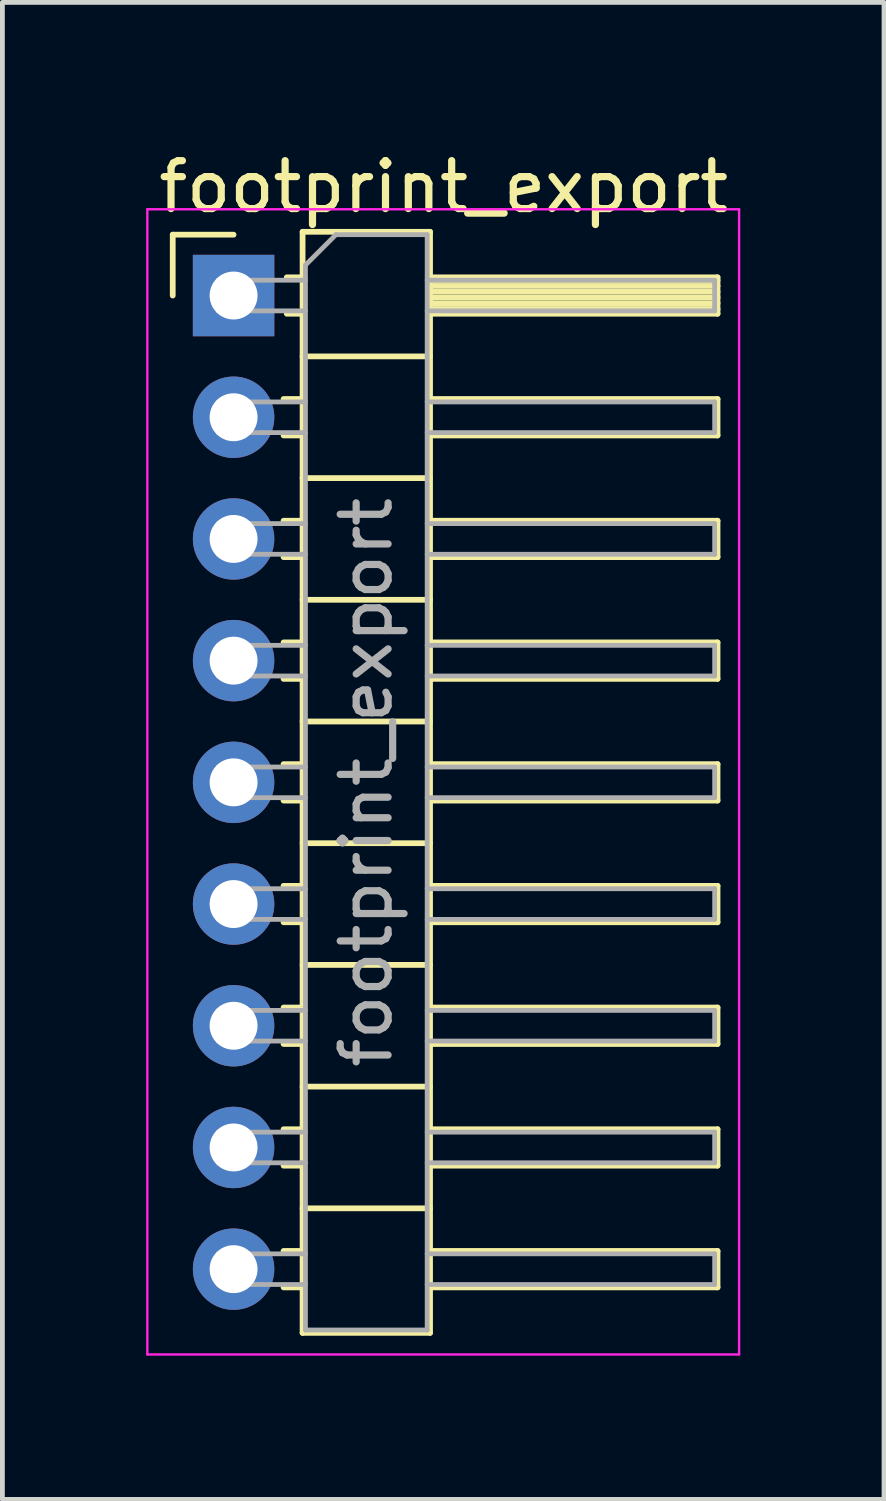
<source format=kicad_pcb>
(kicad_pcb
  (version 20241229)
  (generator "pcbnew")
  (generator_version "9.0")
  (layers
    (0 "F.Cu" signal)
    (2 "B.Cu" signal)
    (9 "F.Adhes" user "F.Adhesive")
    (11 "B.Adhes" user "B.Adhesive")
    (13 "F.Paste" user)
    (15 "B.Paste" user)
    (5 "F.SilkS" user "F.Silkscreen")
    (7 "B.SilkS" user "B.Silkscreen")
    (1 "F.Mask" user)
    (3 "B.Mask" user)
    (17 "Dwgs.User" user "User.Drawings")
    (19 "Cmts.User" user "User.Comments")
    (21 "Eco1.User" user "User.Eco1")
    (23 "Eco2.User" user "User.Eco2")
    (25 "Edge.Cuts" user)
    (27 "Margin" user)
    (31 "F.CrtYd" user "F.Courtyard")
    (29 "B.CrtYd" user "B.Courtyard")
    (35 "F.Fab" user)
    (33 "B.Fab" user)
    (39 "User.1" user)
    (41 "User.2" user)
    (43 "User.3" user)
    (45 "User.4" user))
  (footprint "footprint_export"
    (layer "F.Cu")
    (at 1.825 3.118)
    (property "Reference" "footprint_export" (at 4.385 -2.27 0) (layer "F.SilkS") (effects (font (size 1 1) (thickness 0.15))))
    (attr through_hole)
    (fp_line (start -1.27 -1.27) (end 0 -1.27) (stroke (width 0.12) (type solid)) (layer "F.SilkS"))
    (fp_line (start -1.27 0) (end -1.27 -1.27) (stroke (width 0.12) (type solid)) (layer "F.SilkS"))
    (fp_line (start 1.043 2.16) (end 1.44 2.16) (stroke (width 0.12) (type solid)) (layer "F.SilkS"))
    (fp_line (start 1.043 2.92) (end 1.44 2.92) (stroke (width 0.12) (type solid)) (layer "F.SilkS"))
    (fp_line (start 1.043 4.7) (end 1.44 4.7) (stroke (width 0.12) (type solid)) (layer "F.SilkS"))
    (fp_line (start 1.043 5.46) (end 1.44 5.46) (stroke (width 0.12) (type solid)) (layer "F.SilkS"))
    (fp_line (start 1.043 7.24) (end 1.44 7.24) (stroke (width 0.12) (type solid)) (layer "F.SilkS"))
    (fp_line (start 1.043 8) (end 1.44 8) (stroke (width 0.12) (type solid)) (layer "F.SilkS"))
    (fp_line (start 1.043 9.78) (end 1.44 9.78) (stroke (width 0.12) (type solid)) (layer "F.SilkS"))
    (fp_line (start 1.043 10.54) (end 1.44 10.54) (stroke (width 0.12) (type solid)) (layer "F.SilkS"))
    (fp_line (start 1.043 12.32) (end 1.44 12.32) (stroke (width 0.12) (type solid)) (layer "F.SilkS"))
    (fp_line (start 1.043 13.08) (end 1.44 13.08) (stroke (width 0.12) (type solid)) (layer "F.SilkS"))
    (fp_line (start 1.043 14.86) (end 1.44 14.86) (stroke (width 0.12) (type solid)) (layer "F.SilkS"))
    (fp_line (start 1.043 15.62) (end 1.44 15.62) (stroke (width 0.12) (type solid)) (layer "F.SilkS"))
    (fp_line (start 1.043 17.4) (end 1.44 17.4) (stroke (width 0.12) (type solid)) (layer "F.SilkS"))
    (fp_line (start 1.043 18.16) (end 1.44 18.16) (stroke (width 0.12) (type solid)) (layer "F.SilkS"))
    (fp_line (start 1.043 19.94) (end 1.44 19.94) (stroke (width 0.12) (type solid)) (layer "F.SilkS"))
    (fp_line (start 1.043 20.7) (end 1.44 20.7) (stroke (width 0.12) (type solid)) (layer "F.SilkS"))
    (fp_line (start 1.11 -0.38) (end 1.44 -0.38) (stroke (width 0.12) (type solid)) (layer "F.SilkS"))
    (fp_line (start 1.11 0.38) (end 1.44 0.38) (stroke (width 0.12) (type solid)) (layer "F.SilkS"))
    (fp_line (start 1.44 -1.33) (end 1.44 21.65) (stroke (width 0.12) (type solid)) (layer "F.SilkS"))
    (fp_line (start 1.44 1.27) (end 4.1 1.27) (stroke (width 0.12) (type solid)) (layer "F.SilkS"))
    (fp_line (start 1.44 3.81) (end 4.1 3.81) (stroke (width 0.12) (type solid)) (layer "F.SilkS"))
    (fp_line (start 1.44 6.35) (end 4.1 6.35) (stroke (width 0.12) (type solid)) (layer "F.SilkS"))
    (fp_line (start 1.44 8.89) (end 4.1 8.89) (stroke (width 0.12) (type solid)) (layer "F.SilkS"))
    (fp_line (start 1.44 11.43) (end 4.1 11.43) (stroke (width 0.12) (type solid)) (layer "F.SilkS"))
    (fp_line (start 1.44 13.97) (end 4.1 13.97) (stroke (width 0.12) (type solid)) (layer "F.SilkS"))
    (fp_line (start 1.44 16.51) (end 4.1 16.51) (stroke (width 0.12) (type solid)) (layer "F.SilkS"))
    (fp_line (start 1.44 19.05) (end 4.1 19.05) (stroke (width 0.12) (type solid)) (layer "F.SilkS"))
    (fp_line (start 1.44 21.65) (end 4.1 21.65) (stroke (width 0.12) (type solid)) (layer "F.SilkS"))
    (fp_line (start 4.1 -1.33) (end 1.44 -1.33) (stroke (width 0.12) (type solid)) (layer "F.SilkS"))
    (fp_line (start 4.1 -0.38) (end 10.1 -0.38) (stroke (width 0.12) (type solid)) (layer "F.SilkS"))
    (fp_line (start 4.1 -0.32) (end 10.1 -0.32) (stroke (width 0.12) (type solid)) (layer "F.SilkS"))
    (fp_line (start 4.1 -0.2) (end 10.1 -0.2) (stroke (width 0.12) (type solid)) (layer "F.SilkS"))
    (fp_line (start 4.1 -0.08) (end 10.1 -0.08) (stroke (width 0.12) (type solid)) (layer "F.SilkS"))
    (fp_line (start 4.1 0.04) (end 10.1 0.04) (stroke (width 0.12) (type solid)) (layer "F.SilkS"))
    (fp_line (start 4.1 0.16) (end 10.1 0.16) (stroke (width 0.12) (type solid)) (layer "F.SilkS"))
    (fp_line (start 4.1 0.28) (end 10.1 0.28) (stroke (width 0.12) (type solid)) (layer "F.SilkS"))
    (fp_line (start 4.1 2.16) (end 10.1 2.16) (stroke (width 0.12) (type solid)) (layer "F.SilkS"))
    (fp_line (start 4.1 4.7) (end 10.1 4.7) (stroke (width 0.12) (type solid)) (layer "F.SilkS"))
    (fp_line (start 4.1 7.24) (end 10.1 7.24) (stroke (width 0.12) (type solid)) (layer "F.SilkS"))
    (fp_line (start 4.1 9.78) (end 10.1 9.78) (stroke (width 0.12) (type solid)) (layer "F.SilkS"))
    (fp_line (start 4.1 12.32) (end 10.1 12.32) (stroke (width 0.12) (type solid)) (layer "F.SilkS"))
    (fp_line (start 4.1 14.86) (end 10.1 14.86) (stroke (width 0.12) (type solid)) (layer "F.SilkS"))
    (fp_line (start 4.1 17.4) (end 10.1 17.4) (stroke (width 0.12) (type solid)) (layer "F.SilkS"))
    (fp_line (start 4.1 19.94) (end 10.1 19.94) (stroke (width 0.12) (type solid)) (layer "F.SilkS"))
    (fp_line (start 4.1 21.65) (end 4.1 -1.33) (stroke (width 0.12) (type solid)) (layer "F.SilkS"))
    (fp_line (start 10.1 -0.38) (end 10.1 0.38) (stroke (width 0.12) (type solid)) (layer "F.SilkS"))
    (fp_line (start 10.1 0.38) (end 4.1 0.38) (stroke (width 0.12) (type solid)) (layer "F.SilkS"))
    (fp_line (start 10.1 2.16) (end 10.1 2.92) (stroke (width 0.12) (type solid)) (layer "F.SilkS"))
    (fp_line (start 10.1 2.92) (end 4.1 2.92) (stroke (width 0.12) (type solid)) (layer "F.SilkS"))
    (fp_line (start 10.1 4.7) (end 10.1 5.46) (stroke (width 0.12) (type solid)) (layer "F.SilkS"))
    (fp_line (start 10.1 5.46) (end 4.1 5.46) (stroke (width 0.12) (type solid)) (layer "F.SilkS"))
    (fp_line (start 10.1 7.24) (end 10.1 8) (stroke (width 0.12) (type solid)) (layer "F.SilkS"))
    (fp_line (start 10.1 8) (end 4.1 8) (stroke (width 0.12) (type solid)) (layer "F.SilkS"))
    (fp_line (start 10.1 9.78) (end 10.1 10.54) (stroke (width 0.12) (type solid)) (layer "F.SilkS"))
    (fp_line (start 10.1 10.54) (end 4.1 10.54) (stroke (width 0.12) (type solid)) (layer "F.SilkS"))
    (fp_line (start 10.1 12.32) (end 10.1 13.08) (stroke (width 0.12) (type solid)) (layer "F.SilkS"))
    (fp_line (start 10.1 13.08) (end 4.1 13.08) (stroke (width 0.12) (type solid)) (layer "F.SilkS"))
    (fp_line (start 10.1 14.86) (end 10.1 15.62) (stroke (width 0.12) (type solid)) (layer "F.SilkS"))
    (fp_line (start 10.1 15.62) (end 4.1 15.62) (stroke (width 0.12) (type solid)) (layer "F.SilkS"))
    (fp_line (start 10.1 17.4) (end 10.1 18.16) (stroke (width 0.12) (type solid)) (layer "F.SilkS"))
    (fp_line (start 10.1 18.16) (end 4.1 18.16) (stroke (width 0.12) (type solid)) (layer "F.SilkS"))
    (fp_line (start 10.1 19.94) (end 10.1 20.7) (stroke (width 0.12) (type solid)) (layer "F.SilkS"))
    (fp_line (start 10.1 20.7) (end 4.1 20.7) (stroke (width 0.12) (type solid)) (layer "F.SilkS"))
    (fp_line (start -1.8 -1.8) (end -1.8 22.1) (stroke (width 0.05) (type solid)) (layer "F.CrtYd"))
    (fp_line (start -1.8 22.1) (end 10.55 22.1) (stroke (width 0.05) (type solid)) (layer "F.CrtYd"))
    (fp_line (start 10.55 -1.8) (end -1.8 -1.8) (stroke (width 0.05) (type solid)) (layer "F.CrtYd"))
    (fp_line (start 10.55 22.1) (end 10.55 -1.8) (stroke (width 0.05) (type solid)) (layer "F.CrtYd"))
    (fp_line (start -0.32 -0.32) (end -0.32 0.32) (stroke (width 0.1) (type solid)) (layer "F.Fab"))
    (fp_line (start -0.32 -0.32) (end 1.5 -0.32) (stroke (width 0.1) (type solid)) (layer "F.Fab"))
    (fp_line (start -0.32 0.32) (end 1.5 0.32) (stroke (width 0.1) (type solid)) (layer "F.Fab"))
    (fp_line (start -0.32 2.22) (end -0.32 2.86) (stroke (width 0.1) (type solid)) (layer "F.Fab"))
    (fp_line (start -0.32 2.22) (end 1.5 2.22) (stroke (width 0.1) (type solid)) (layer "F.Fab"))
    (fp_line (start -0.32 2.86) (end 1.5 2.86) (stroke (width 0.1) (type solid)) (layer "F.Fab"))
    (fp_line (start -0.32 4.76) (end -0.32 5.4) (stroke (width 0.1) (type solid)) (layer "F.Fab"))
    (fp_line (start -0.32 4.76) (end 1.5 4.76) (stroke (width 0.1) (type solid)) (layer "F.Fab"))
    (fp_line (start -0.32 5.4) (end 1.5 5.4) (stroke (width 0.1) (type solid)) (layer "F.Fab"))
    (fp_line (start -0.32 7.3) (end -0.32 7.94) (stroke (width 0.1) (type solid)) (layer "F.Fab"))
    (fp_line (start -0.32 7.3) (end 1.5 7.3) (stroke (width 0.1) (type solid)) (layer "F.Fab"))
    (fp_line (start -0.32 7.94) (end 1.5 7.94) (stroke (width 0.1) (type solid)) (layer "F.Fab"))
    (fp_line (start -0.32 9.84) (end -0.32 10.48) (stroke (width 0.1) (type solid)) (layer "F.Fab"))
    (fp_line (start -0.32 9.84) (end 1.5 9.84) (stroke (width 0.1) (type solid)) (layer "F.Fab"))
    (fp_line (start -0.32 10.48) (end 1.5 10.48) (stroke (width 0.1) (type solid)) (layer "F.Fab"))
    (fp_line (start -0.32 12.38) (end -0.32 13.02) (stroke (width 0.1) (type solid)) (layer "F.Fab"))
    (fp_line (start -0.32 12.38) (end 1.5 12.38) (stroke (width 0.1) (type solid)) (layer "F.Fab"))
    (fp_line (start -0.32 13.02) (end 1.5 13.02) (stroke (width 0.1) (type solid)) (layer "F.Fab"))
    (fp_line (start -0.32 14.92) (end -0.32 15.56) (stroke (width 0.1) (type solid)) (layer "F.Fab"))
    (fp_line (start -0.32 14.92) (end 1.5 14.92) (stroke (width 0.1) (type solid)) (layer "F.Fab"))
    (fp_line (start -0.32 15.56) (end 1.5 15.56) (stroke (width 0.1) (type solid)) (layer "F.Fab"))
    (fp_line (start -0.32 17.46) (end -0.32 18.1) (stroke (width 0.1) (type solid)) (layer "F.Fab"))
    (fp_line (start -0.32 17.46) (end 1.5 17.46) (stroke (width 0.1) (type solid)) (layer "F.Fab"))
    (fp_line (start -0.32 18.1) (end 1.5 18.1) (stroke (width 0.1) (type solid)) (layer "F.Fab"))
    (fp_line (start -0.32 20) (end -0.32 20.64) (stroke (width 0.1) (type solid)) (layer "F.Fab"))
    (fp_line (start -0.32 20) (end 1.5 20) (stroke (width 0.1) (type solid)) (layer "F.Fab"))
    (fp_line (start -0.32 20.64) (end 1.5 20.64) (stroke (width 0.1) (type solid)) (layer "F.Fab"))
    (fp_line (start 1.5 -0.635) (end 2.135 -1.27) (stroke (width 0.1) (type solid)) (layer "F.Fab"))
    (fp_line (start 1.5 21.59) (end 1.5 -0.635) (stroke (width 0.1) (type solid)) (layer "F.Fab"))
    (fp_line (start 2.135 -1.27) (end 4.04 -1.27) (stroke (width 0.1) (type solid)) (layer "F.Fab"))
    (fp_line (start 4.04 -1.27) (end 4.04 21.59) (stroke (width 0.1) (type solid)) (layer "F.Fab"))
    (fp_line (start 4.04 -0.32) (end 10.04 -0.32) (stroke (width 0.1) (type solid)) (layer "F.Fab"))
    (fp_line (start 4.04 0.32) (end 10.04 0.32) (stroke (width 0.1) (type solid)) (layer "F.Fab"))
    (fp_line (start 4.04 2.22) (end 10.04 2.22) (stroke (width 0.1) (type solid)) (layer "F.Fab"))
    (fp_line (start 4.04 2.86) (end 10.04 2.86) (stroke (width 0.1) (type solid)) (layer "F.Fab"))
    (fp_line (start 4.04 4.76) (end 10.04 4.76) (stroke (width 0.1) (type solid)) (layer "F.Fab"))
    (fp_line (start 4.04 5.4) (end 10.04 5.4) (stroke (width 0.1) (type solid)) (layer "F.Fab"))
    (fp_line (start 4.04 7.3) (end 10.04 7.3) (stroke (width 0.1) (type solid)) (layer "F.Fab"))
    (fp_line (start 4.04 7.94) (end 10.04 7.94) (stroke (width 0.1) (type solid)) (layer "F.Fab"))
    (fp_line (start 4.04 9.84) (end 10.04 9.84) (stroke (width 0.1) (type solid)) (layer "F.Fab"))
    (fp_line (start 4.04 10.48) (end 10.04 10.48) (stroke (width 0.1) (type solid)) (layer "F.Fab"))
    (fp_line (start 4.04 12.38) (end 10.04 12.38) (stroke (width 0.1) (type solid)) (layer "F.Fab"))
    (fp_line (start 4.04 13.02) (end 10.04 13.02) (stroke (width 0.1) (type solid)) (layer "F.Fab"))
    (fp_line (start 4.04 14.92) (end 10.04 14.92) (stroke (width 0.1) (type solid)) (layer "F.Fab"))
    (fp_line (start 4.04 15.56) (end 10.04 15.56) (stroke (width 0.1) (type solid)) (layer "F.Fab"))
    (fp_line (start 4.04 17.46) (end 10.04 17.46) (stroke (width 0.1) (type solid)) (layer "F.Fab"))
    (fp_line (start 4.04 18.1) (end 10.04 18.1) (stroke (width 0.1) (type solid)) (layer "F.Fab"))
    (fp_line (start 4.04 20) (end 10.04 20) (stroke (width 0.1) (type solid)) (layer "F.Fab"))
    (fp_line (start 4.04 20.64) (end 10.04 20.64) (stroke (width 0.1) (type solid)) (layer "F.Fab"))
    (fp_line (start 4.04 21.59) (end 1.5 21.59) (stroke (width 0.1) (type solid)) (layer "F.Fab"))
    (fp_line (start 10.04 -0.32) (end 10.04 0.32) (stroke (width 0.1) (type solid)) (layer "F.Fab"))
    (fp_line (start 10.04 2.22) (end 10.04 2.86) (stroke (width 0.1) (type solid)) (layer "F.Fab"))
    (fp_line (start 10.04 4.76) (end 10.04 5.4) (stroke (width 0.1) (type solid)) (layer "F.Fab"))
    (fp_line (start 10.04 7.3) (end 10.04 7.94) (stroke (width 0.1) (type solid)) (layer "F.Fab"))
    (fp_line (start 10.04 9.84) (end 10.04 10.48) (stroke (width 0.1) (type solid)) (layer "F.Fab"))
    (fp_line (start 10.04 12.38) (end 10.04 13.02) (stroke (width 0.1) (type solid)) (layer "F.Fab"))
    (fp_line (start 10.04 14.92) (end 10.04 15.56) (stroke (width 0.1) (type solid)) (layer "F.Fab"))
    (fp_line (start 10.04 17.46) (end 10.04 18.1) (stroke (width 0.1) (type solid)) (layer "F.Fab"))
    (fp_line (start 10.04 20) (end 10.04 20.64) (stroke (width 0.1) (type solid)) (layer "F.Fab"))
    (fp_text user "${REFERENCE}" (at 2.77 10.16 90) (layer "F.Fab") (effects (font (size 1 1) (thickness 0.15))))
    (pad "1" thru_hole rect (at 0 0) (size 1.7 1.7) (drill 1) (layers "*.Cu" "*.Mask"))
    (pad "2" thru_hole oval (at 0 2.54) (size 1.7 1.7) (drill 1) (layers "*.Cu" "*.Mask"))
    (pad "3" thru_hole oval (at 0 5.08) (size 1.7 1.7) (drill 1) (layers "*.Cu" "*.Mask"))
    (pad "4" thru_hole oval (at 0 7.62) (size 1.7 1.7) (drill 1) (layers "*.Cu" "*.Mask"))
    (pad "5" thru_hole oval (at 0 10.16) (size 1.7 1.7) (drill 1) (layers "*.Cu" "*.Mask"))
    (pad "6" thru_hole oval (at 0 12.7) (size 1.7 1.7) (drill 1) (layers "*.Cu" "*.Mask"))
    (pad "7" thru_hole oval (at 0 15.24) (size 1.7 1.7) (drill 1) (layers "*.Cu" "*.Mask"))
    (pad "8" thru_hole oval (at 0 17.78) (size 1.7 1.7) (drill 1) (layers "*.Cu" "*.Mask"))
    (pad "9" thru_hole oval (at 0 20.32) (size 1.7 1.7) (drill 1) (layers "*.Cu" "*.Mask")))
  (gr_rect
    (start -3 -3)
    (end 15.4 28.243)
    (stroke (width 0.1) (type default))
    (fill no)
    (layer "Edge.Cuts")))
</source>
